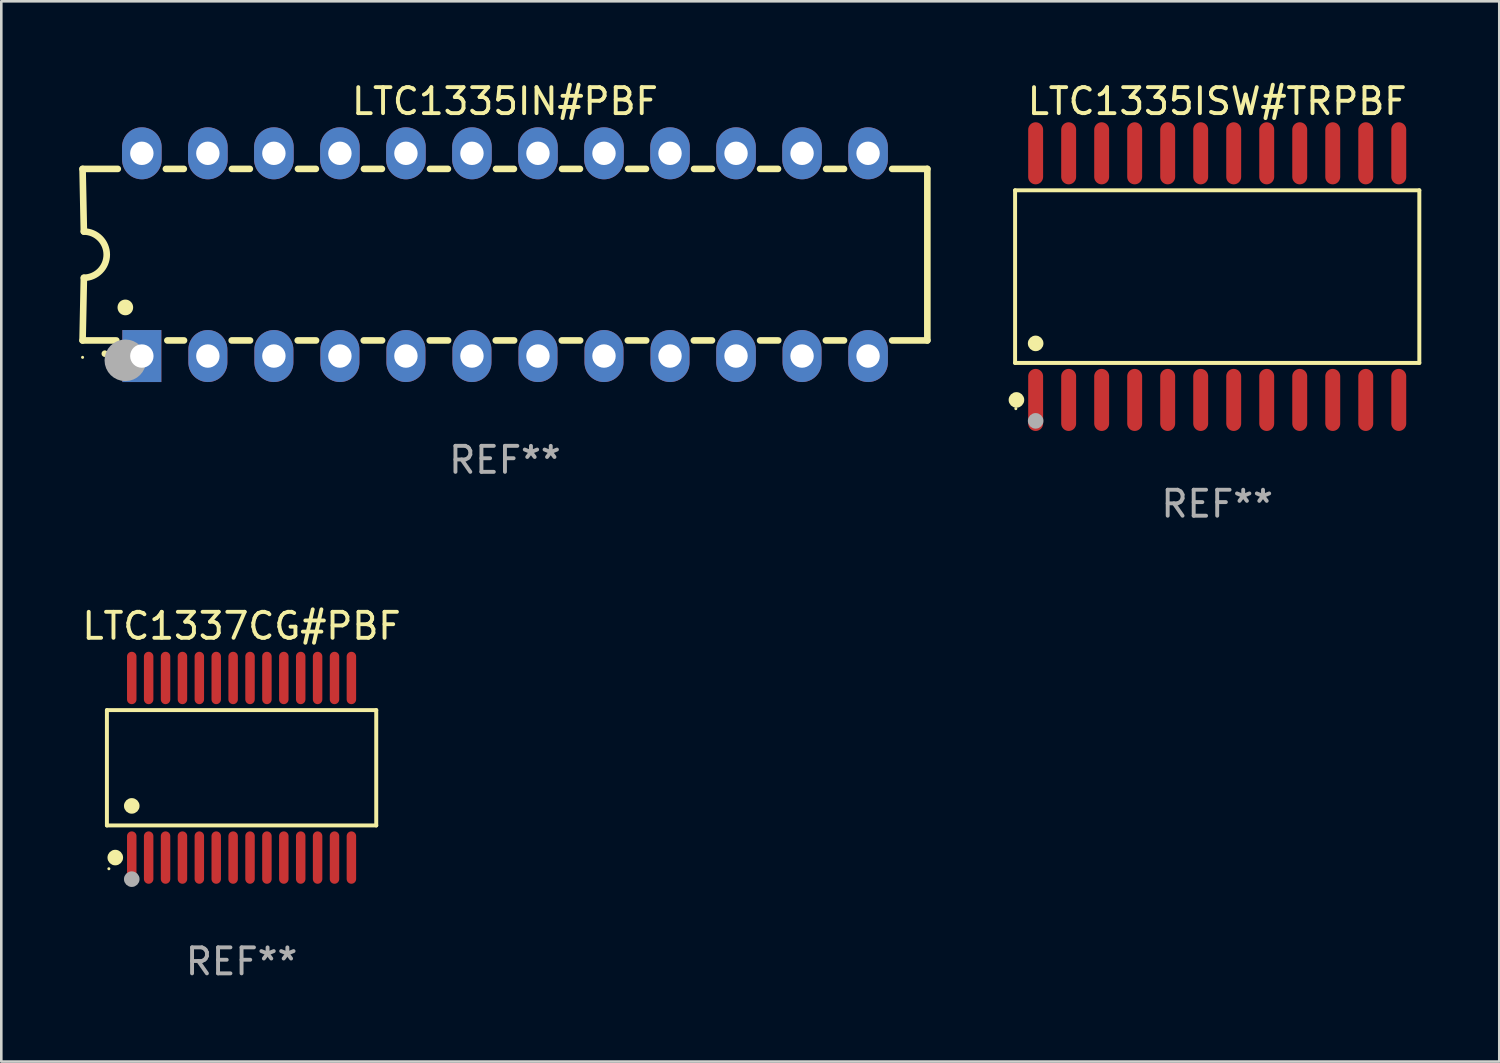
<source format=kicad_pcb>
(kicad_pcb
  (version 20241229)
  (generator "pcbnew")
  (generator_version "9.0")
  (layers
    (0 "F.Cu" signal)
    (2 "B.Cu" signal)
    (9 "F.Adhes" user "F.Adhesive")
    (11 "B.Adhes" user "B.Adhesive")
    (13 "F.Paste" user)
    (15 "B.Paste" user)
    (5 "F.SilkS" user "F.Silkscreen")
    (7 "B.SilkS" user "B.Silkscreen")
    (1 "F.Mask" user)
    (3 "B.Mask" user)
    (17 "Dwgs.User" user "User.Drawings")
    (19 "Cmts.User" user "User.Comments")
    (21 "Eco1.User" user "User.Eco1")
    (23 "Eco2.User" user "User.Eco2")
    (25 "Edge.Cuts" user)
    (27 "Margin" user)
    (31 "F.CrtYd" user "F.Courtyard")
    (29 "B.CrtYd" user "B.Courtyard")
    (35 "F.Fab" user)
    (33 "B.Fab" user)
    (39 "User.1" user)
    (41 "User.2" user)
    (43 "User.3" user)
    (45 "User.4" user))
  (footprint "LTC1337CG#PBF"
    (layer "F.Cu")
    (at 6.244 26.488)
    (property "Reference" "LTC1337CG#PBF" (at 0 -5.455 0) (layer "F.SilkS") (effects (font (size 1 1) (thickness 0.15))))
    (attr through_hole)
    (fp_line (start -5.181 -2.219) (end 5.181 -2.219) (stroke (width 0.152) (type solid)) (layer "F.SilkS"))
    (fp_line (start -5.181 2.219) (end -5.181 -2.219) (stroke (width 0.152) (type solid)) (layer "F.SilkS"))
    (fp_line (start 5.181 -2.219) (end 5.181 2.219) (stroke (width 0.152) (type solid)) (layer "F.SilkS"))
    (fp_line (start 5.181 2.219) (end -5.181 2.219) (stroke (width 0.152) (type solid)) (layer "F.SilkS"))
    (fp_circle (center -5.105 3.885) (end -5.075 3.885) (stroke (width 0.06) (type solid)) (fill no) (layer "F.SilkS"))
    (fp_circle (center -4.859 3.455) (end -4.709 3.455) (stroke (width 0.3) (type solid)) (fill no) (layer "F.SilkS"))
    (fp_circle (center -4.225 1.467) (end -4.075 1.467) (stroke (width 0.3) (type solid)) (fill no) (layer "F.SilkS"))
    (fp_circle (center -4.225 4.285) (end -4.075 4.285) (stroke (width 0.3) (type solid)) (fill no) (layer "F.Fab"))
    (fp_text user "REF**" (at 0 7.455 0) (layer "F.Fab") (effects (font (size 1 1) (thickness 0.15))))
    (pad "1" smd oval (at -4.225 3.455) (size 0.364 2.015) (layers "F.Cu" "F.Mask" "F.Paste"))
    (pad "2" smd oval (at -3.575 3.455) (size 0.364 2.015) (layers "F.Cu" "F.Mask" "F.Paste"))
    (pad "3" smd oval (at -2.925 3.455) (size 0.364 2.015) (layers "F.Cu" "F.Mask" "F.Paste"))
    (pad "4" smd oval (at -2.275 3.455) (size 0.364 2.015) (layers "F.Cu" "F.Mask" "F.Paste"))
    (pad "5" smd oval (at -1.625 3.455) (size 0.364 2.015) (layers "F.Cu" "F.Mask" "F.Paste"))
    (pad "6" smd oval (at -0.975 3.455) (size 0.364 2.015) (layers "F.Cu" "F.Mask" "F.Paste"))
    (pad "7" smd oval (at -0.325 3.455) (size 0.364 2.015) (layers "F.Cu" "F.Mask" "F.Paste"))
    (pad "8" smd oval (at 0.325 3.455) (size 0.364 2.015) (layers "F.Cu" "F.Mask" "F.Paste"))
    (pad "9" smd oval (at 0.975 3.455) (size 0.364 2.015) (layers "F.Cu" "F.Mask" "F.Paste"))
    (pad "10" smd oval (at 1.625 3.455) (size 0.364 2.015) (layers "F.Cu" "F.Mask" "F.Paste"))
    (pad "11" smd oval (at 2.275 3.455) (size 0.364 2.015) (layers "F.Cu" "F.Mask" "F.Paste"))
    (pad "12" smd oval (at 2.925 3.455) (size 0.364 2.015) (layers "F.Cu" "F.Mask" "F.Paste"))
    (pad "13" smd oval (at 3.575 3.455) (size 0.364 2.015) (layers "F.Cu" "F.Mask" "F.Paste"))
    (pad "14" smd oval (at 4.225 3.455) (size 0.364 2.015) (layers "F.Cu" "F.Mask" "F.Paste"))
    (pad "15" smd oval (at 4.225 -3.455) (size 0.364 2.015) (layers "F.Cu" "F.Mask" "F.Paste"))
    (pad "16" smd oval (at 3.575 -3.455) (size 0.364 2.015) (layers "F.Cu" "F.Mask" "F.Paste"))
    (pad "17" smd oval (at 2.925 -3.455) (size 0.364 2.015) (layers "F.Cu" "F.Mask" "F.Paste"))
    (pad "18" smd oval (at 2.275 -3.455) (size 0.364 2.015) (layers "F.Cu" "F.Mask" "F.Paste"))
    (pad "19" smd oval (at 1.625 -3.455) (size 0.364 2.015) (layers "F.Cu" "F.Mask" "F.Paste"))
    (pad "20" smd oval (at 0.975 -3.455) (size 0.364 2.015) (layers "F.Cu" "F.Mask" "F.Paste"))
    (pad "21" smd oval (at 0.325 -3.455) (size 0.364 2.015) (layers "F.Cu" "F.Mask" "F.Paste"))
    (pad "22" smd oval (at -0.325 -3.455) (size 0.364 2.015) (layers "F.Cu" "F.Mask" "F.Paste"))
    (pad "23" smd oval (at -0.975 -3.455) (size 0.364 2.015) (layers "F.Cu" "F.Mask" "F.Paste"))
    (pad "24" smd oval (at -1.625 -3.455) (size 0.364 2.015) (layers "F.Cu" "F.Mask" "F.Paste"))
    (pad "25" smd oval (at -2.275 -3.455) (size 0.364 2.015) (layers "F.Cu" "F.Mask" "F.Paste"))
    (pad "26" smd oval (at -2.925 -3.455) (size 0.364 2.015) (layers "F.Cu" "F.Mask" "F.Paste"))
    (pad "27" smd oval (at -3.575 -3.455) (size 0.364 2.015) (layers "F.Cu" "F.Mask" "F.Paste"))
    (pad "28" smd oval (at -4.225 -3.455) (size 0.364 2.015) (layers "F.Cu" "F.Mask" "F.Paste")))
  (footprint "LTC1335ISW#TRPBF"
    (layer "F.Cu")
    (at 43.779 7.592)
    (property "Reference" "LTC1335ISW#TRPBF" (at 0 -6.744 0) (layer "F.SilkS") (effects (font (size 1 1) (thickness 0.15))))
    (attr through_hole)
    (fp_line (start -7.776 -3.321) (end 7.776 -3.321) (stroke (width 0.152) (type solid)) (layer "F.SilkS"))
    (fp_line (start -7.776 3.321) (end -7.776 -3.321) (stroke (width 0.152) (type solid)) (layer "F.SilkS"))
    (fp_line (start 7.776 -3.321) (end 7.776 3.321) (stroke (width 0.152) (type solid)) (layer "F.SilkS"))
    (fp_line (start 7.776 3.321) (end -7.776 3.321) (stroke (width 0.152) (type solid)) (layer "F.SilkS"))
    (fp_circle (center -7.747 5.08) (end -7.717 5.08) (stroke (width 0.06) (type solid)) (fill no) (layer "F.SilkS"))
    (fp_circle (center -7.724 4.744) (end -7.574 4.744) (stroke (width 0.3) (type solid)) (fill no) (layer "F.SilkS"))
    (fp_circle (center -6.985 2.569) (end -6.835 2.569) (stroke (width 0.3) (type solid)) (fill no) (layer "F.SilkS"))
    (fp_circle (center -6.985 5.55) (end -6.835 5.55) (stroke (width 0.3) (type solid)) (fill no) (layer "F.Fab"))
    (fp_text user "REF**" (at 0 8.744 0) (layer "F.Fab") (effects (font (size 1 1) (thickness 0.15))))
    (pad "1" smd oval (at -6.985 4.744) (size 0.574 2.388) (layers "F.Cu" "F.Mask" "F.Paste"))
    (pad "2" smd oval (at -5.715 4.744) (size 0.574 2.388) (layers "F.Cu" "F.Mask" "F.Paste"))
    (pad "3" smd oval (at -4.445 4.744) (size 0.574 2.388) (layers "F.Cu" "F.Mask" "F.Paste"))
    (pad "4" smd oval (at -3.175 4.744) (size 0.574 2.388) (layers "F.Cu" "F.Mask" "F.Paste"))
    (pad "5" smd oval (at -1.905 4.744) (size 0.574 2.388) (layers "F.Cu" "F.Mask" "F.Paste"))
    (pad "6" smd oval (at -0.635 4.744) (size 0.574 2.388) (layers "F.Cu" "F.Mask" "F.Paste"))
    (pad "7" smd oval (at 0.635 4.744) (size 0.574 2.388) (layers "F.Cu" "F.Mask" "F.Paste"))
    (pad "8" smd oval (at 1.905 4.744) (size 0.574 2.388) (layers "F.Cu" "F.Mask" "F.Paste"))
    (pad "9" smd oval (at 3.175 4.744) (size 0.574 2.388) (layers "F.Cu" "F.Mask" "F.Paste"))
    (pad "10" smd oval (at 4.445 4.744) (size 0.574 2.388) (layers "F.Cu" "F.Mask" "F.Paste"))
    (pad "11" smd oval (at 5.715 4.744) (size 0.574 2.388) (layers "F.Cu" "F.Mask" "F.Paste"))
    (pad "12" smd oval (at 6.985 4.744) (size 0.574 2.388) (layers "F.Cu" "F.Mask" "F.Paste"))
    (pad "13" smd oval (at 6.985 -4.744) (size 0.574 2.388) (layers "F.Cu" "F.Mask" "F.Paste"))
    (pad "14" smd oval (at 5.715 -4.744) (size 0.574 2.388) (layers "F.Cu" "F.Mask" "F.Paste"))
    (pad "15" smd oval (at 4.445 -4.744) (size 0.574 2.388) (layers "F.Cu" "F.Mask" "F.Paste"))
    (pad "16" smd oval (at 3.175 -4.744) (size 0.574 2.388) (layers "F.Cu" "F.Mask" "F.Paste"))
    (pad "17" smd oval (at 1.905 -4.744) (size 0.574 2.388) (layers "F.Cu" "F.Mask" "F.Paste"))
    (pad "18" smd oval (at 0.635 -4.744) (size 0.574 2.388) (layers "F.Cu" "F.Mask" "F.Paste"))
    (pad "19" smd oval (at -0.635 -4.744) (size 0.574 2.388) (layers "F.Cu" "F.Mask" "F.Paste"))
    (pad "20" smd oval (at -1.905 -4.744) (size 0.574 2.388) (layers "F.Cu" "F.Mask" "F.Paste"))
    (pad "21" smd oval (at -3.175 -4.744) (size 0.574 2.388) (layers "F.Cu" "F.Mask" "F.Paste"))
    (pad "22" smd oval (at -4.445 -4.744) (size 0.574 2.388) (layers "F.Cu" "F.Mask" "F.Paste"))
    (pad "23" smd oval (at -5.715 -4.744) (size 0.574 2.388) (layers "F.Cu" "F.Mask" "F.Paste"))
    (pad "24" smd oval (at -6.985 -4.744) (size 0.574 2.388) (layers "F.Cu" "F.Mask" "F.Paste")))
  (footprint "LTC1335IN#PBF"
    (layer "F.Cu")
    (at 16.377 6.748)
    (property "Reference" "LTC1335IN#PBF" (at 0 -5.9 0) (layer "F.SilkS") (effects (font (size 1 1) (thickness 0.15))))
    (attr through_hole)
    (fp_line (start -16.25 -3.3) (end -16.2 -0.889) (stroke (width 0.254) (type solid)) (layer "F.SilkS"))
    (fp_line (start -16.25 -3.3) (end -14.895 -3.3) (stroke (width 0.254) (type solid)) (layer "F.SilkS"))
    (fp_line (start -16.25 3.3) (end -16.2 0.889) (stroke (width 0.254) (type solid)) (layer "F.SilkS"))
    (fp_line (start -16.25 3.3) (end -14.951 3.3) (stroke (width 0.254) (type solid)) (layer "F.SilkS"))
    (fp_line (start -13.045 -3.3) (end -12.355 -3.3) (stroke (width 0.254) (type solid)) (layer "F.SilkS"))
    (fp_line (start -12.989 3.3) (end -12.347 3.3) (stroke (width 0.254) (type solid)) (layer "F.SilkS"))
    (fp_line (start -10.514 3.3) (end -9.807 3.3) (stroke (width 0.254) (type solid)) (layer "F.SilkS"))
    (fp_line (start -10.505 -3.3) (end -9.815 -3.3) (stroke (width 0.254) (type solid)) (layer "F.SilkS"))
    (fp_line (start -7.974 3.3) (end -7.267 3.3) (stroke (width 0.254) (type solid)) (layer "F.SilkS"))
    (fp_line (start -7.965 -3.3) (end -7.275 -3.3) (stroke (width 0.254) (type solid)) (layer "F.SilkS"))
    (fp_line (start -5.434 3.3) (end -4.727 3.3) (stroke (width 0.254) (type solid)) (layer "F.SilkS"))
    (fp_line (start -5.425 -3.3) (end -4.735 -3.3) (stroke (width 0.254) (type solid)) (layer "F.SilkS"))
    (fp_line (start -2.894 3.3) (end -2.187 3.3) (stroke (width 0.254) (type solid)) (layer "F.SilkS"))
    (fp_line (start -2.885 -3.3) (end -2.195 -3.3) (stroke (width 0.254) (type solid)) (layer "F.SilkS"))
    (fp_line (start -0.354 3.3) (end 0.353 3.3) (stroke (width 0.254) (type solid)) (layer "F.SilkS"))
    (fp_line (start -0.345 -3.3) (end 0.345 -3.3) (stroke (width 0.254) (type solid)) (layer "F.SilkS"))
    (fp_line (start 2.186 3.3) (end 2.893 3.3) (stroke (width 0.254) (type solid)) (layer "F.SilkS"))
    (fp_line (start 2.195 -3.3) (end 2.885 -3.3) (stroke (width 0.254) (type solid)) (layer "F.SilkS"))
    (fp_line (start 4.726 3.3) (end 5.434 3.3) (stroke (width 0.254) (type solid)) (layer "F.SilkS"))
    (fp_line (start 4.735 -3.3) (end 5.425 -3.3) (stroke (width 0.254) (type solid)) (layer "F.SilkS"))
    (fp_line (start 7.266 3.3) (end 7.965 3.3) (stroke (width 0.254) (type solid)) (layer "F.SilkS"))
    (fp_line (start 7.275 -3.3) (end 7.965 -3.3) (stroke (width 0.254) (type solid)) (layer "F.SilkS"))
    (fp_line (start 9.815 -3.3) (end 10.505 -3.3) (stroke (width 0.254) (type solid)) (layer "F.SilkS"))
    (fp_line (start 9.815 3.3) (end 10.514 3.3) (stroke (width 0.254) (type solid)) (layer "F.SilkS"))
    (fp_line (start 12.346 3.3) (end 13.045 3.3) (stroke (width 0.254) (type solid)) (layer "F.SilkS"))
    (fp_line (start 12.355 -3.3) (end 13.045 -3.3) (stroke (width 0.254) (type solid)) (layer "F.SilkS"))
    (fp_line (start 16.25 -3.3) (end 14.895 -3.3) (stroke (width 0.254) (type solid)) (layer "F.SilkS"))
    (fp_line (start 16.25 -3.3) (end 16.25 3.3) (stroke (width 0.254) (type solid)) (layer "F.SilkS"))
    (fp_line (start 16.25 3.3) (end 14.895 3.3) (stroke (width 0.254) (type solid)) (layer "F.SilkS"))
    (fp_arc (start -16.201016 -0.890146) (mid -15.311429 -0.001055) (end -16.200025 0.889027) (stroke (width 0.254001) (type solid)) (layer "F.SilkS"))
    (fp_arc (start -15.394971 3.810033) (mid -15.394978 3.808763) (end -15.394971 3.807493) (stroke (width 0.25) (type solid)) (layer "F.SilkS"))
    (fp_arc (start -14.605029 2.032029) (mid -14.60504 2.029489) (end -14.605029 2.026949) (stroke (width 0.6) (type solid)) (layer "F.SilkS"))
    (fp_circle (center -16.25 3.95) (end -16.22 3.95) (stroke (width 0.06) (type solid)) (fill no) (layer "F.SilkS"))
    (fp_circle (center -14.605 4.064) (end -14.205 4.064) (stroke (width 0.8) (type solid)) (fill no) (layer "F.Fab"))
    (fp_text user "REF**" (at 0 7.9 0) (layer "F.Fab") (effects (font (size 1 1) (thickness 0.15))))
    (pad "1" thru_hole rect (at -13.97 3.9 90) (size 2 1.5) (drill 0.9) (layers "*.Cu" "*.Mask"))
    (pad "2" thru_hole oval (at -11.43 3.9 90) (size 2 1.5) (drill 0.9) (layers "*.Cu" "*.Mask"))
    (pad "3" thru_hole oval (at -8.89 3.9 90) (size 2 1.5) (drill 0.9) (layers "*.Cu" "*.Mask"))
    (pad "4" thru_hole oval (at -6.35 3.9 90) (size 2 1.5) (drill 0.9) (layers "*.Cu" "*.Mask"))
    (pad "5" thru_hole oval (at -3.81 3.9 90) (size 2 1.5) (drill 0.9) (layers "*.Cu" "*.Mask"))
    (pad "6" thru_hole oval (at -1.27 3.9 90) (size 2 1.5) (drill 0.9) (layers "*.Cu" "*.Mask"))
    (pad "7" thru_hole oval (at 1.27 3.9 90) (size 2 1.5) (drill 0.9) (layers "*.Cu" "*.Mask"))
    (pad "8" thru_hole oval (at 3.81 3.9 90) (size 2 1.5) (drill 0.9) (layers "*.Cu" "*.Mask"))
    (pad "9" thru_hole oval (at 6.35 3.9 90) (size 2 1.5) (drill 0.9) (layers "*.Cu" "*.Mask"))
    (pad "10" thru_hole oval (at 8.89 3.9 90) (size 2 1.524) (drill 0.9) (layers "*.Cu" "*.Mask"))
    (pad "11" thru_hole oval (at 11.43 3.9 90) (size 2 1.5) (drill 0.9) (layers "*.Cu" "*.Mask"))
    (pad "12" thru_hole oval (at 13.97 3.9 90) (size 2 1.524) (drill 0.9) (layers "*.Cu" "*.Mask"))
    (pad "13" thru_hole oval (at 13.97 -3.9 90) (size 2 1.524) (drill 0.9) (layers "*.Cu" "*.Mask"))
    (pad "14" thru_hole oval (at 11.43 -3.9 90) (size 2 1.524) (drill 0.9) (layers "*.Cu" "*.Mask"))
    (pad "15" thru_hole oval (at 8.89 -3.9 90) (size 2 1.524) (drill 0.9) (layers "*.Cu" "*.Mask"))
    (pad "16" thru_hole oval (at 6.35 -3.9 90) (size 2 1.524) (drill 0.9) (layers "*.Cu" "*.Mask"))
    (pad "17" thru_hole oval (at 3.81 -3.9 90) (size 2 1.524) (drill 0.9) (layers "*.Cu" "*.Mask"))
    (pad "18" thru_hole oval (at 1.27 -3.9 90) (size 2 1.524) (drill 0.9) (layers "*.Cu" "*.Mask"))
    (pad "19" thru_hole oval (at -1.27 -3.9 90) (size 2 1.524) (drill 0.9) (layers "*.Cu" "*.Mask"))
    (pad "20" thru_hole oval (at -3.81 -3.9 90) (size 2 1.524) (drill 0.9) (layers "*.Cu" "*.Mask"))
    (pad "21" thru_hole oval (at -6.35 -3.9 90) (size 2 1.524) (drill 0.9) (layers "*.Cu" "*.Mask"))
    (pad "22" thru_hole oval (at -8.89 -3.9 90) (size 2 1.524) (drill 0.9) (layers "*.Cu" "*.Mask"))
    (pad "23" thru_hole oval (at -11.43 -3.9 90) (size 2 1.524) (drill 0.9) (layers "*.Cu" "*.Mask"))
    (pad "24" thru_hole oval (at -13.97 -3.9 90) (size 2 1.524) (drill 0.9) (layers "*.Cu" "*.Mask")))
  (gr_rect
    (start -3 -3)
    (end 54.631 37.791)
    (stroke (width 0.1) (type default))
    (fill no)
    (layer "Edge.Cuts")))
</source>
